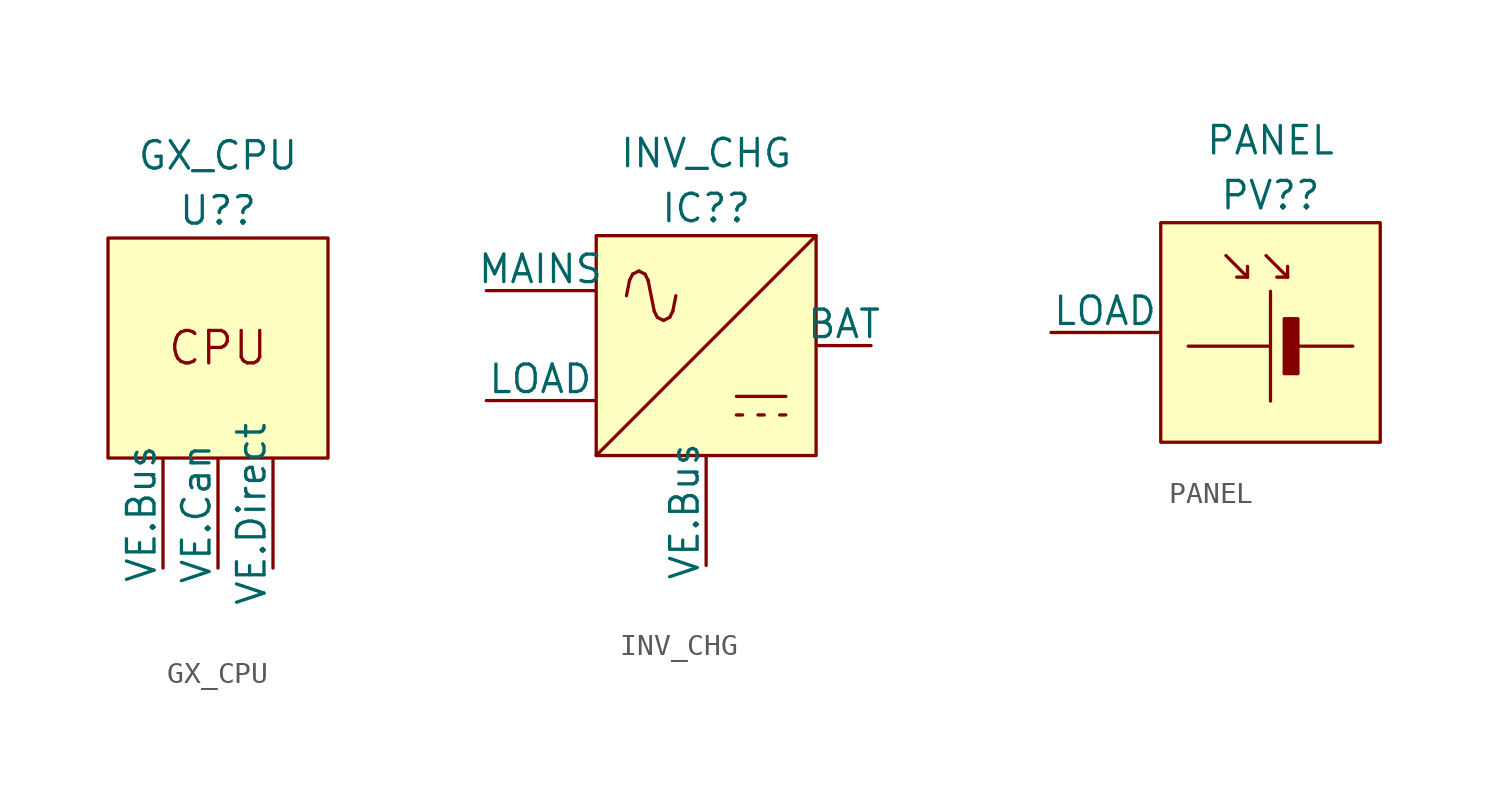
<source format=kicad_sym>
(kicad_symbol_lib
  (version 20220914)
  (generator kicad_symbol_editor)
  (symbol "GX_CPU"
    (pin_numbers hide)
    (pin_names
      (offset 0))
    (property "Reference" "U?"
      (at 0 6.35 0)
      (effects (font (size 1.27 1.27))))
    (property "Value" "GX_CPU"
      (at 0 8.89 0)
      (effects (font (size 1.27 1.27))))
    (symbol "GX_CPU_0_0"
      (rectangle (start -5.08 5.08) (end 5.08 -5.08) (stroke (width 0) (type solid)) (fill (type background)))
      (text "CPU" (at 0 0 0) (effects (font (size 1.499 1.499)))))
    (symbol "GX_CPU_1_1"
      (pin output line (at -2.54 -10.16 90) (length 5.004) (name "VE.Bus" (effects (font (size 1.27 1.27)))) (number "~" (effects (font (size 1.27 1.27)))))
      (pin bidirectional line (at 0 -10.16 90) (length 5.004) (name "VE.Can" (effects (font (size 1.27 1.27)))) (number "~" (effects (font (size 1.27 1.27)))))
      (pin output line (at 2.54 -10.16 90) (length 5.004) (name "VE.Direct" (effects (font (size 1.27 1.27)))) (number "~" (effects (font (size 1.27 1.27)))))))
  (symbol "INV_CHG"
    (pin_numbers hide)
    (pin_names
      (offset 0))
    (property "Reference" "IC?"
      (at 0 6.35 0)
      (effects (font (size 1.27 1.27))))
    (property "Value" "INV_CHG"
      (at 0 8.89 0)
      (effects (font (size 1.27 1.27))))
    (symbol "INV_CHG_0_0"
      (rectangle (start -5.08 5.08) (end 5.08 -5.08) (stroke (width 0) (type solid)) (fill (type background)))
      (polyline (pts (xy -5.08 -5.08) (xy 5.08 5.08)) (stroke (width 0) (type solid)) (fill (type none)))
      (text "∿" (at -2.54 2.54 0) (effects (font (size 2.997 2.997))))
      (text "⎓" (at 2.54 -2.54 0) (effects (font (size 2.997 2.997)))))
    (symbol "INV_CHG_1_1"
      (pin passive line (at 7.62 0 180) (length 2.489) (name "BAT" (effects (font (size 1.27 1.27)))) (number "~" (effects (font (size 1.27 1.27)))))
      (pin power_out line (at -10.16 -2.54 0) (length 5.004) (name "LOAD" (effects (font (size 1.27 1.27)))) (number "~" (effects (font (size 1.27 1.27)))))
      (pin power_in line (at -10.16 2.54 0) (length 5.004) (name "MAINS" (effects (font (size 1.27 1.27)))) (number "~" (effects (font (size 1.27 1.27)))))
      (pin tri_state line (at 0 -10.16 90) (length 5.004) (name "VE.Bus" (effects (font (size 1.27 1.27)))) (number "~" (effects (font (size 1.27 1.27)))))))
  (symbol "PANEL"
    (pin_numbers hide)
    (pin_names
      (offset 0))
    (property "Reference" "PV?"
      (at 0 6.35 0)
      (effects (font (size 1.27 1.27))))
    (property "Value" "PANEL"
      (at 0 8.89 0)
      (effects (font (size 1.27 1.27))))
    (symbol "PANEL_0_0"
      (rectangle (start -5.08 5.08) (end 5.08 -5.08) (stroke (width 0) (type solid)) (fill (type background)))
      (polyline (pts (xy -3.81 -0.635) (xy 0 -0.635)) (stroke (width 0) (type solid)) (fill (type none)))
      (polyline (pts (xy 0 1.905) (xy 0 -3.175)) (stroke (width 0) (type solid)) (fill (type none)))
      (polyline (pts (xy 1.27 -0.635) (xy 3.81 -0.635)) (stroke (width 0) (type solid)) (fill (type none)))
      (rectangle (start 0.635 0.635) (end 1.27 -1.905) (stroke (width 0) (type solid)) (fill (type outline)))
      (text "↘↘" (at -0.635 3.175 0) (effects (font (size 1.499 1.499)))))
    (symbol "PANEL_1_1"
      (pin power_out line (at -10.16 0 0) (length 5.004) (name "LOAD" (effects (font (size 1.27 1.27)))) (number "~" (effects (font (size 1.27 1.27))))))))
</source>
